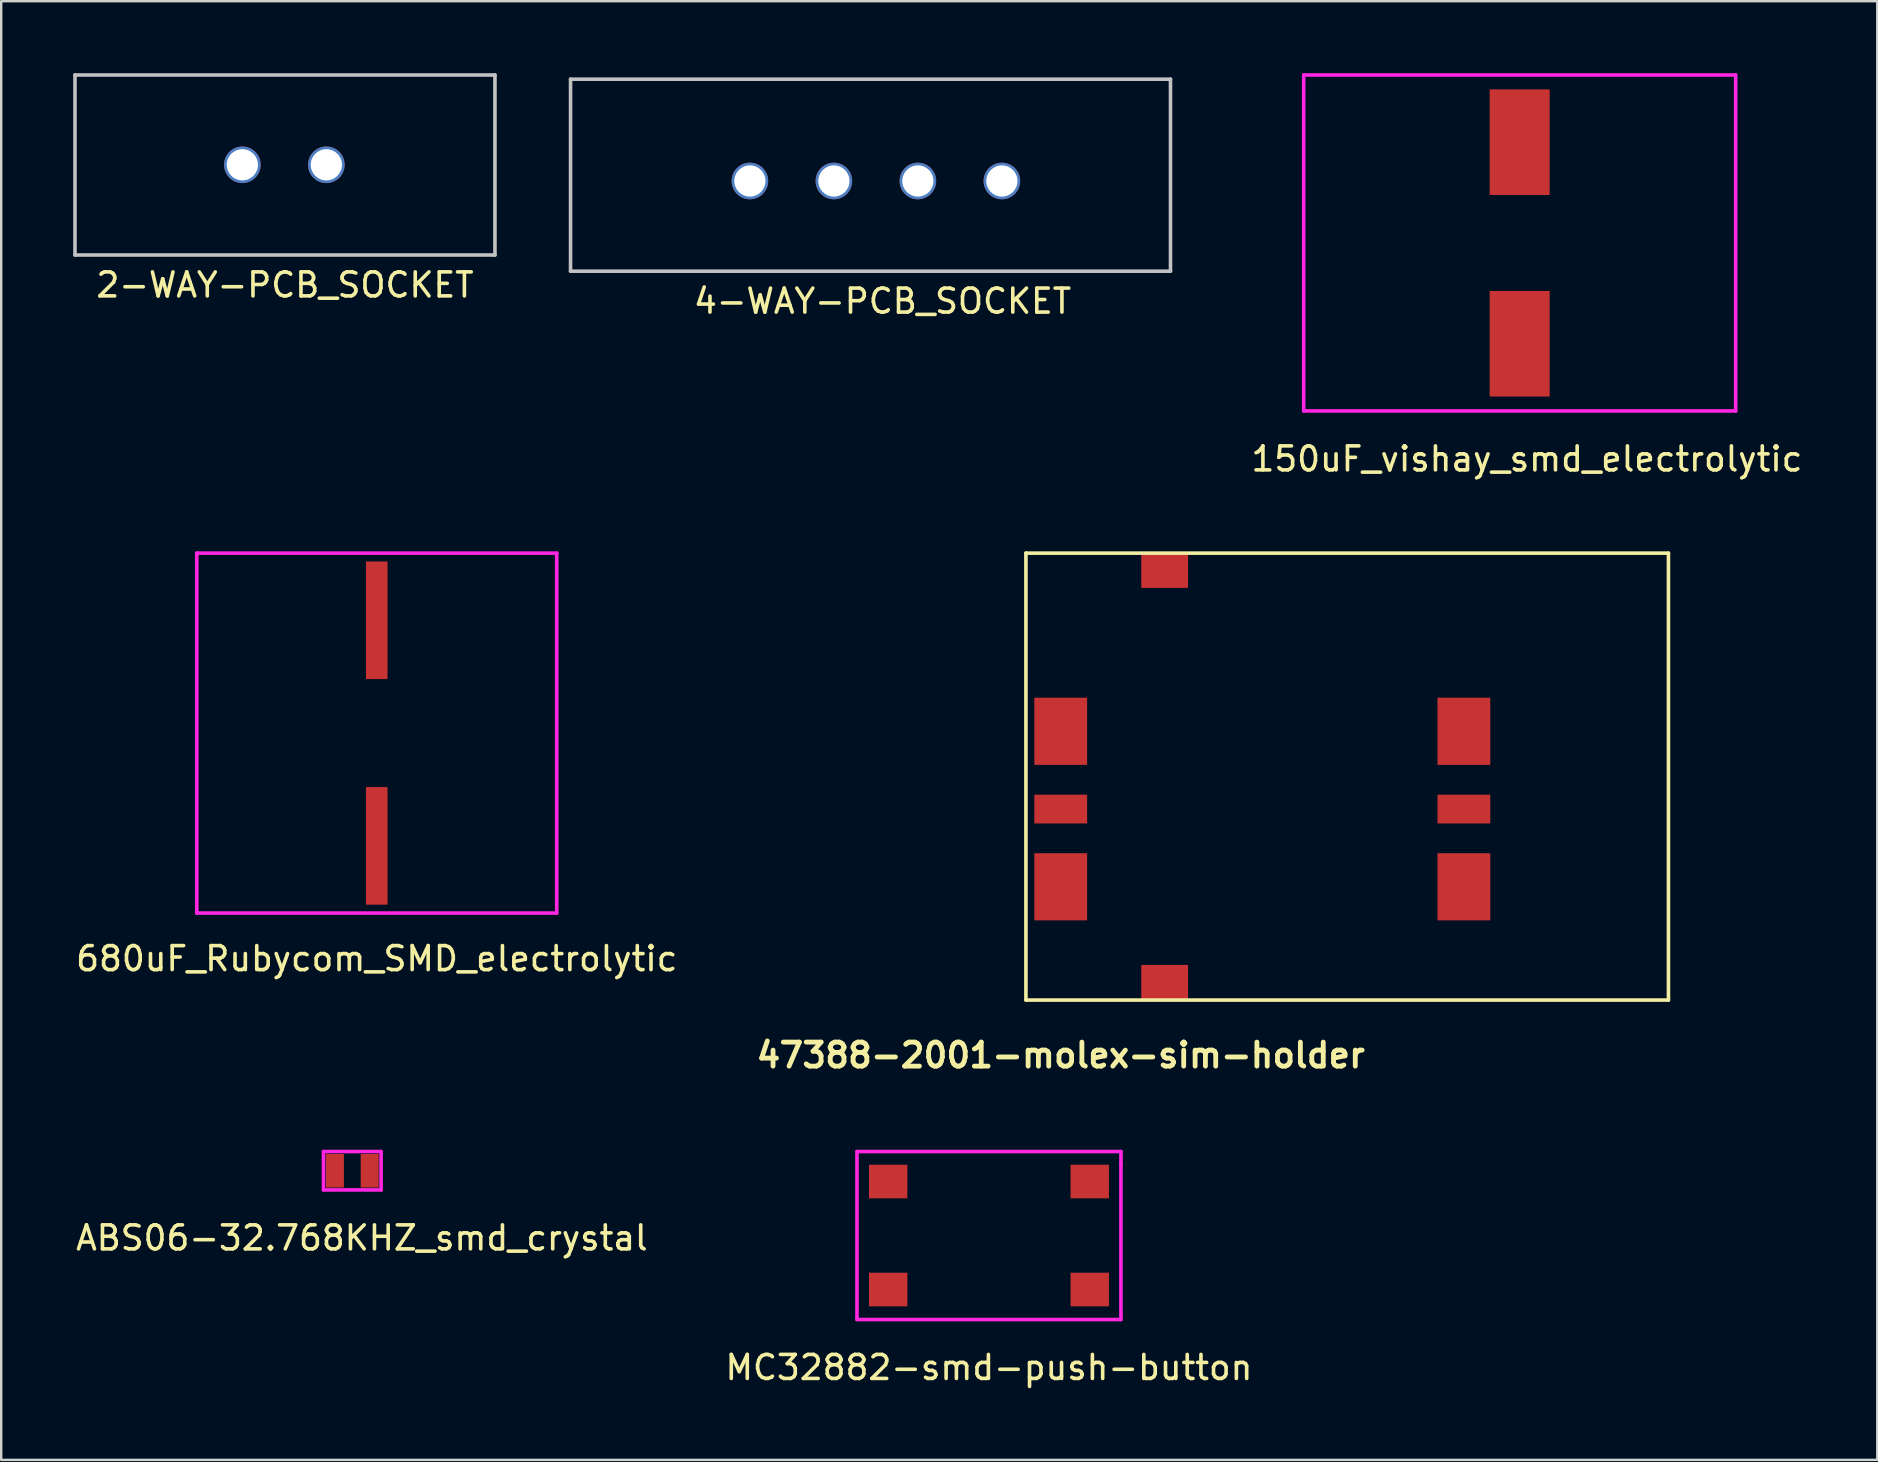
<source format=kicad_pcb>
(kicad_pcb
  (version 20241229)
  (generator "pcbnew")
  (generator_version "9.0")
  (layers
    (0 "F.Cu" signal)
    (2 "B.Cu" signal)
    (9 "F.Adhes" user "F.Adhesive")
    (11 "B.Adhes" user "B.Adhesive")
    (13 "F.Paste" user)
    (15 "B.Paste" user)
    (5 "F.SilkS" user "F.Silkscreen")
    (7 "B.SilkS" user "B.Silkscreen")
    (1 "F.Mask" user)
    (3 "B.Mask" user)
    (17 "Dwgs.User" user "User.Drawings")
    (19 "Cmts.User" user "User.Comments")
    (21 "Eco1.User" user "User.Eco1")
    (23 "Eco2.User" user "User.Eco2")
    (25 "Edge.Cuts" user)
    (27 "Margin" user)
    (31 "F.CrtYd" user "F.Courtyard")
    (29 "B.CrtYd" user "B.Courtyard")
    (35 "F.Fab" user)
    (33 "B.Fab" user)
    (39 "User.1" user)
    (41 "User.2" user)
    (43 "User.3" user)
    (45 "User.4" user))
  (footprint "150uF_vishay_smd_electrolytic"
    (layer "F.Cu")
    (at 60.276 7.075)
    (property "Reference" "150uF_vishay_smd_electrolytic" (at 0.3 9 0) (layer "F.SilkS") (effects (font (size 1 1) (thickness 0.15))))
    (attr through_hole)
    (fp_line (start -9 -7) (end -9 7) (stroke (width 0.15) (type solid)) (layer "F.CrtYd"))
    (fp_line (start -9 -7) (end 9 -7) (stroke (width 0.15) (type solid)) (layer "F.CrtYd"))
    (fp_line (start -9 7) (end 9 7) (stroke (width 0.15) (type solid)) (layer "F.CrtYd"))
    (fp_line (start 9 7) (end 9 -7) (stroke (width 0.15) (type solid)) (layer "F.CrtYd"))
    (pad "3" smd rect (at 0 -4.2) (size 2.5 4.4) (layers "F.Cu" "F.Mask" "F.Paste"))
    (pad "4" smd rect (at 0 4.2) (size 2.5 4.4) (layers "F.Cu" "F.Mask" "F.Paste")))
  (footprint "4-WAY-PCB_SOCKET"
    (layer "F.Cu")
    (at 45.725 0.25)
    (property "Reference" "4-WAY-PCB_SOCKET" (at -12 9.25 0) (layer "F.SilkS") (effects (font (size 1 1) (thickness 0.15))))
    (attr through_hole)
    (fp_line (start -25 0) (end 0 0) (stroke (width 0.15) (type solid)) (layer "Dwgs.User"))
    (fp_line (start -25 8) (end -25 0) (stroke (width 0.15) (type solid)) (layer "Dwgs.User"))
    (fp_line (start 0 0) (end 0 8) (stroke (width 0.15) (type solid)) (layer "Dwgs.User"))
    (fp_line (start 0 8) (end -25 8) (stroke (width 0.15) (type solid)) (layer "Dwgs.User"))
    (pad "1" thru_hole circle (at -17.526 4.242) (size 1.524 1.524) (drill 1.3) (layers "*.Cu" "*.Mask"))
    (pad "2" thru_hole circle (at -14.026 4.242) (size 1.524 1.524) (drill 1.3) (layers "*.Cu" "*.Mask"))
    (pad "3" thru_hole circle (at -10.526 4.242) (size 1.524 1.524) (drill 1.3) (layers "*.Cu" "*.Mask"))
    (pad "4" thru_hole circle (at -7.026 4.242) (size 1.524 1.524) (drill 1.3) (layers "*.Cu" "*.Mask")))
  (footprint "ABS06-32.768KHZ_smd_crystal"
    (layer "F.Cu")
    (at 11.63 45.735)
    (property "Reference" "ABS06-32.768KHZ_smd_crystal" (at 0.4 2.8 0) (layer "F.SilkS") (effects (font (size 1 1) (thickness 0.15))))
    (attr through_hole)
    (fp_line (start -1.2 -0.8) (end -1.2 0.8) (stroke (width 0.15) (type solid)) (layer "F.CrtYd"))
    (fp_line (start -1.2 0.8) (end 1.2 0.8) (stroke (width 0.15) (type solid)) (layer "F.CrtYd"))
    (fp_line (start 1.2 -0.8) (end -1.2 -0.8) (stroke (width 0.15) (type solid)) (layer "F.CrtYd"))
    (fp_line (start 1.2 0.8) (end 1.2 -0.8) (stroke (width 0.15) (type solid)) (layer "F.CrtYd"))
    (pad "1" smd rect (at -0.725 0) (size 0.75 1.4) (layers "F.Cu" "F.Mask" "F.Paste"))
    (pad "2" smd rect (at 0.725 0) (size 0.75 1.4) (layers "F.Cu" "F.Mask" "F.Paste")))
  (footprint "MC32882-smd-push-button"
    (layer "F.Cu")
    (at 38.161 48.435)
    (property "Reference" "MC32882-smd-push-button" (at 0 5.5 0) (layer "F.SilkS") (effects (font (size 1 1) (thickness 0.15))))
    (attr through_hole)
    (fp_line (start -5.5 -3.5) (end -5.5 3.5) (stroke (width 0.15) (type solid)) (layer "F.CrtYd"))
    (fp_line (start -5.5 3.5) (end 5.5 3.5) (stroke (width 0.15) (type solid)) (layer "F.CrtYd"))
    (fp_line (start 5.5 -3.5) (end -5.5 -3.5) (stroke (width 0.15) (type solid)) (layer "F.CrtYd"))
    (fp_line (start 5.5 -3) (end 5.5 -3.5) (stroke (width 0.15) (type solid)) (layer "F.CrtYd"))
    (fp_line (start 5.5 3.5) (end 5.5 -3) (stroke (width 0.15) (type solid)) (layer "F.CrtYd"))
    (pad "1" smd rect (at -4.2 -2.25) (size 1.6 1.4) (layers "F.Cu" "F.Mask" "F.Paste"))
    (pad "1" smd rect (at 4.2 -2.25) (size 1.6 1.4) (layers "F.Cu" "F.Mask" "F.Paste"))
    (pad "2" smd rect (at -4.2 2.25) (size 1.6 1.4) (layers "F.Cu" "F.Mask" "F.Paste"))
    (pad "2" smd rect (at 4.2 2.25) (size 1.6 1.4) (layers "F.Cu" "F.Mask" "F.Paste")))
  (footprint "2-WAY-PCB_SOCKET"
    (layer "F.Cu")
    (at 8.825 3.825)
    (property "Reference" "2-WAY-PCB_SOCKET" (at 0 5 0) (layer "F.SilkS") (effects (font (size 1 1) (thickness 0.15))))
    (attr through_hole)
    (fp_line (start -8.75 -3.75) (end -8.75 3.75) (stroke (width 0.15) (type solid)) (layer "Dwgs.User"))
    (fp_line (start -8.75 3.75) (end 8.75 3.75) (stroke (width 0.15) (type solid)) (layer "Dwgs.User"))
    (fp_line (start 8.75 -3.75) (end -8.75 -3.75) (stroke (width 0.15) (type solid)) (layer "Dwgs.User"))
    (fp_line (start 8.75 3.75) (end 8.75 -3.75) (stroke (width 0.15) (type solid)) (layer "Dwgs.User"))
    (pad "1" thru_hole circle (at -1.776 -0.008) (size 1.524 1.524) (drill 1.3) (layers "*.Cu" "*.Mask"))
    (pad "2" thru_hole circle (at 1.724 -0.008) (size 1.524 1.524) (drill 1.3) (layers "*.Cu" "*.Mask")))
  (footprint "680uF_Rubycom_SMD_electrolytic"
    (layer "F.Cu")
    (at 12.649 27.498)
    (property "Reference" "680uF_Rubycom_SMD_electrolytic" (at 0 9.4 0) (layer "F.SilkS") (effects (font (size 1 1) (thickness 0.15))))
    (attr through_hole)
    (fp_line (start -7.5 -7.5) (end 7.5 -7.5) (stroke (width 0.15) (type solid)) (layer "F.CrtYd"))
    (fp_line (start -7.5 7.5) (end -7.5 -7.5) (stroke (width 0.15) (type solid)) (layer "F.CrtYd"))
    (fp_line (start 7.5 -7.5) (end 7.5 7.5) (stroke (width 0.15) (type solid)) (layer "F.CrtYd"))
    (fp_line (start 7.5 7.5) (end -7.5 7.5) (stroke (width 0.15) (type solid)) (layer "F.CrtYd"))
    (pad "1" smd rect (at 0 -4.7) (size 0.9 4.9) (layers "F.Cu" "F.Mask" "F.Paste"))
    (pad "2" smd rect (at 0 4.7) (size 0.9 4.9) (layers "F.Cu" "F.Mask" "F.Paste")))
  (footprint "47388-2001-molex-sim-holder"
    (layer "F.Cu")
    (at 41.151 27.423)
    (property "Reference" "47388-2001-molex-sim-holder" (at 0 13.5 0) (layer "F.SilkS") (effects (font (size 1.001 1.001) (thickness 0.201))))
    (attr through_hole)
    (fp_line (start -1.45 -7.424) (end 25.324 -7.424) (stroke (width 0.15) (type solid)) (layer "F.SilkS"))
    (fp_line (start -1.45 11.199) (end -1.45 -7.424) (stroke (width 0.15) (type solid)) (layer "F.SilkS"))
    (fp_line (start -1.45 11.199) (end 25.324 11.199) (stroke (width 0.15) (type solid)) (layer "F.SilkS"))
    (fp_line (start 25.324 -7.424) (end 25.324 11.199) (stroke (width 0.15) (type solid)) (layer "F.SilkS"))
    (pad "1" smd rect (at 0 6.48) (size 2.2 2.799) (layers "F.Cu" "F.Mask" "F.Paste"))
    (pad "2" smd rect (at 0 3.241) (size 2.2 1.199) (layers "F.Cu" "F.Mask" "F.Paste"))
    (pad "3" smd rect (at 0 0) (size 2.2 2.799) (layers "F.Cu" "F.Mask" "F.Paste"))
    (pad "5" smd rect (at 16.8 6.48) (size 2.2 2.799) (layers "F.Cu" "F.Mask" "F.Paste"))
    (pad "6" smd rect (at 16.8 3.241) (size 2.2 1.199) (layers "F.Cu" "F.Mask" "F.Paste"))
    (pad "7" smd rect (at 16.8 0) (size 2.2 2.799) (layers "F.Cu" "F.Mask" "F.Paste"))
    (pad "9" smd rect (at 4.331 -6.701) (size 1.951 1.45) (layers "F.Cu" "F.Mask" "F.Paste"))
    (pad "10" smd rect (at 4.331 10.46) (size 1.951 1.45) (layers "F.Cu" "F.Mask" "F.Paste")))
  (gr_rect
    (start -3 -3)
    (end 75.177 57.784)
    (stroke (width 0.1) (type default))
    (fill no)
    (layer "Edge.Cuts")))
</source>
